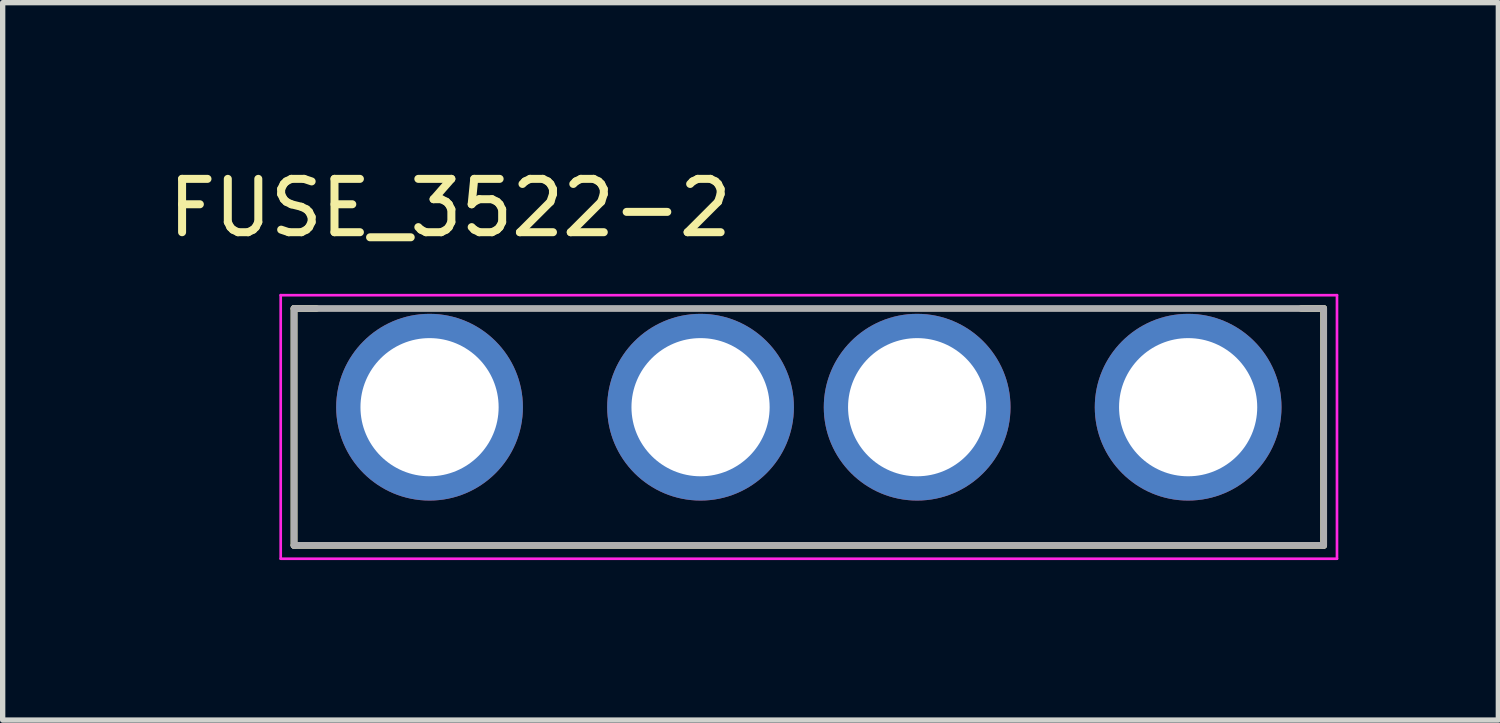
<source format=kicad_pcb>
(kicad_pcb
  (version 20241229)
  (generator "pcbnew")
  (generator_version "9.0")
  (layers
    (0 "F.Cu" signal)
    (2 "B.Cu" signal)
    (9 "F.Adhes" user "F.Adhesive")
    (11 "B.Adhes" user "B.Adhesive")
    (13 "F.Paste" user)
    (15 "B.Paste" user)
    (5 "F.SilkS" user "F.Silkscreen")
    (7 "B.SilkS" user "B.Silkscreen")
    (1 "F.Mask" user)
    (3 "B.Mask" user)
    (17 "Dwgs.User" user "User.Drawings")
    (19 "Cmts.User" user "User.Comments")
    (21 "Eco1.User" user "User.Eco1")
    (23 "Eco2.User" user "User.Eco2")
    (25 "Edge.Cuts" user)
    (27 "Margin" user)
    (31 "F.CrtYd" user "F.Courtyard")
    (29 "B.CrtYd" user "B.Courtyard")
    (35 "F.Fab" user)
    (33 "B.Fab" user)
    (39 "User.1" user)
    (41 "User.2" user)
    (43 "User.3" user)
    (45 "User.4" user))
  (footprint "FUSE_3522-2"
    (layer "F.Cu")
    (at 12.112 4.953)
    (property "Reference" "FUSE_3522-2" (at -6.725 -4.105 0) (layer "F.SilkS") (effects (font (size 1 1) (thickness 0.15))))
    (attr through_hole)
    (fp_line (start -9.65 -2.22) (end -9.65 2.22) (stroke (width 0.127) (type solid)) (layer "F.SilkS"))
    (fp_line (start -9.65 2.22) (end 9.65 2.22) (stroke (width 0.127) (type solid)) (layer "F.SilkS"))
    (fp_line (start -9.233 -2.22) (end -9.65 -2.22) (stroke (width 0.127) (type solid)) (layer "F.SilkS"))
    (fp_line (start 9.65 -2.22) (end 9.233 -2.22) (stroke (width 0.127) (type solid)) (layer "F.SilkS"))
    (fp_line (start 9.65 2.22) (end 9.65 -2.22) (stroke (width 0.127) (type solid)) (layer "F.SilkS"))
    (fp_line (start -9.9 -2.47) (end -9.9 2.47) (stroke (width 0.05) (type solid)) (layer "F.CrtYd"))
    (fp_line (start -9.9 2.47) (end 9.9 2.47) (stroke (width 0.05) (type solid)) (layer "F.CrtYd"))
    (fp_line (start 9.9 -2.47) (end -9.9 -2.47) (stroke (width 0.05) (type solid)) (layer "F.CrtYd"))
    (fp_line (start 9.9 2.47) (end 9.9 -2.47) (stroke (width 0.05) (type solid)) (layer "F.CrtYd"))
    (fp_line (start -9.65 -2.22) (end -9.65 2.22) (stroke (width 0.127) (type solid)) (layer "F.Fab"))
    (fp_line (start -9.65 2.22) (end 9.65 2.22) (stroke (width 0.127) (type solid)) (layer "F.Fab"))
    (fp_line (start 9.65 -2.22) (end -9.65 -2.22) (stroke (width 0.127) (type solid)) (layer "F.Fab"))
    (fp_line (start 9.65 2.22) (end 9.65 -2.22) (stroke (width 0.127) (type solid)) (layer "F.Fab"))
    (pad "1A" thru_hole circle (at -7.11 -0.37) (size 3.5 3.5) (drill 2.59) (layers "*.Cu" "*.Mask"))
    (pad "1B" thru_hole circle (at -2.03 -0.37) (size 3.5 3.5) (drill 2.59) (layers "*.Cu" "*.Mask"))
    (pad "2A" thru_hole circle (at 2.03 -0.37) (size 3.5 3.5) (drill 2.59) (layers "*.Cu" "*.Mask"))
    (pad "2B" thru_hole circle (at 7.11 -0.37) (size 3.5 3.5) (drill 2.59) (layers "*.Cu" "*.Mask")))
  (gr_rect
    (start -3 -3)
    (end 25.037 10.448)
    (stroke (width 0.1) (type default))
    (fill no)
    (layer "Edge.Cuts")))
</source>
